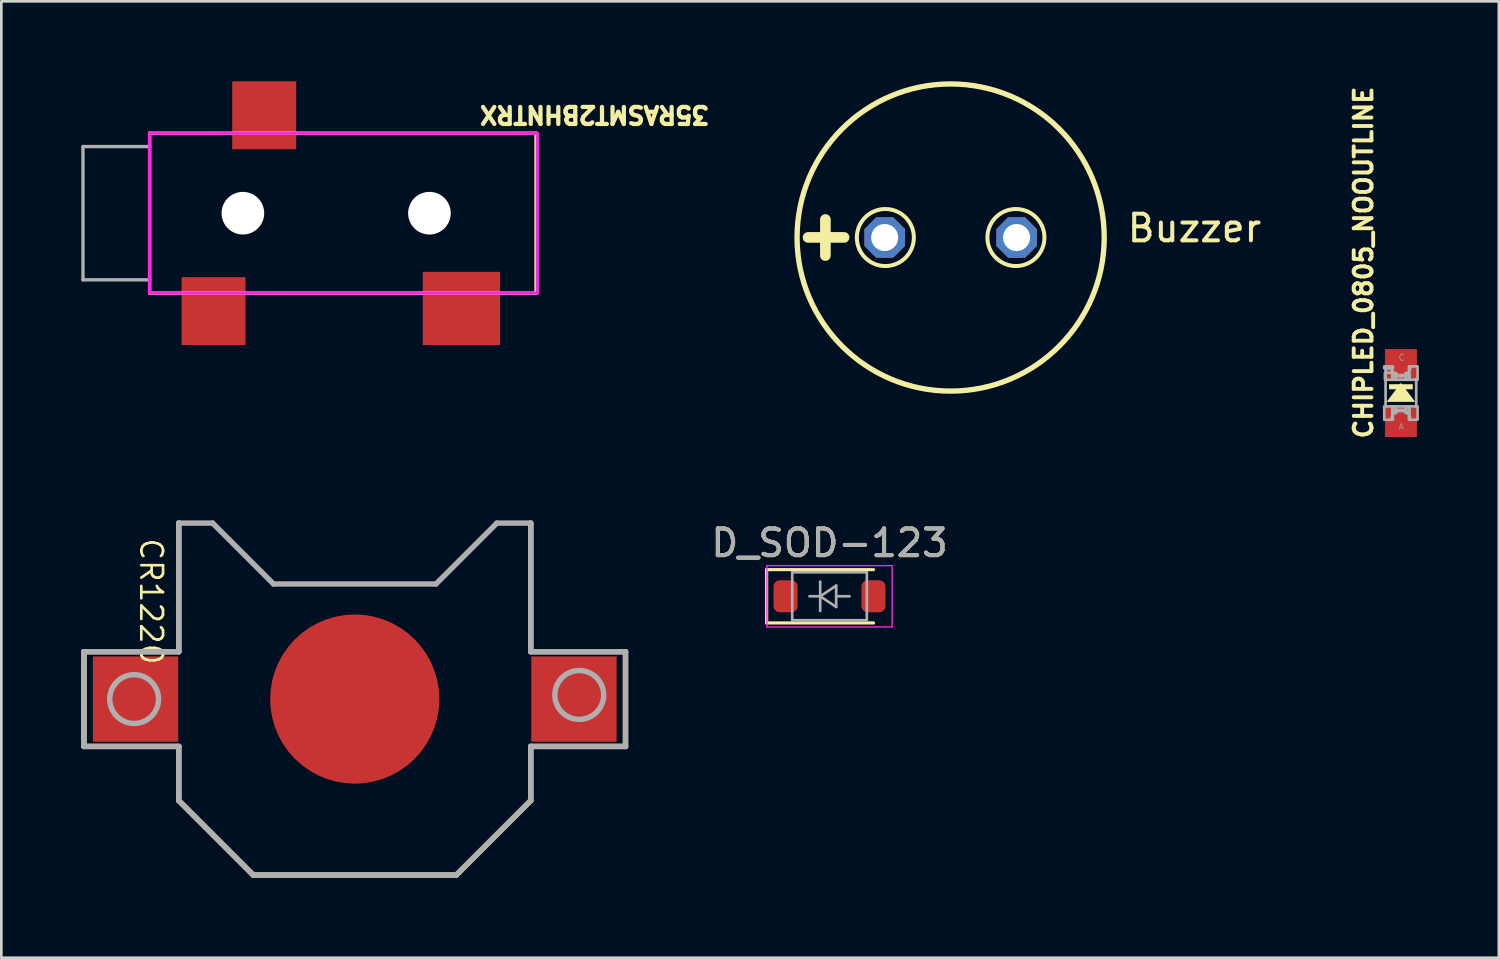
<source format=kicad_pcb>
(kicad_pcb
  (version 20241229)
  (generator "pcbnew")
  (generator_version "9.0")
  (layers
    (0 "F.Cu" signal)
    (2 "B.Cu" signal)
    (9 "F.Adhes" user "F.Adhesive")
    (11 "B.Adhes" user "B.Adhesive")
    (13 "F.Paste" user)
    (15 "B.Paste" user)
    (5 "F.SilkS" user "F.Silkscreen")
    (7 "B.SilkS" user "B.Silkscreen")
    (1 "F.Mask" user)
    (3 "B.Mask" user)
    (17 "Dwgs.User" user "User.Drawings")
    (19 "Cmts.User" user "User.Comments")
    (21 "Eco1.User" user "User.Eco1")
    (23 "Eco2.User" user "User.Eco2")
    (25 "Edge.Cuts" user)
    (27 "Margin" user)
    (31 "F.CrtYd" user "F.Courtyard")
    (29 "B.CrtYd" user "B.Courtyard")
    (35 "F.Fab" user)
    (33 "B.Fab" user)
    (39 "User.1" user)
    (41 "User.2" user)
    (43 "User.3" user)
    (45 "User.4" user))
  (footprint "D_SOD-123"
    (layer "F.Cu")
    (at 28.077 19.325)
    (property "Reference" "D_SOD-123" (at 0 -2 0) (layer "F.SilkS") (effects (font (size 1 1) (thickness 0.15))))
    (attr smd)
    (fp_line (start -2.36 -1) (end -2.36 1) (stroke (width 0.12) (type solid)) (layer "F.SilkS"))
    (fp_line (start -2.36 -1) (end 1.65 -1) (stroke (width 0.12) (type solid)) (layer "F.SilkS"))
    (fp_line (start -2.36 1) (end 1.65 1) (stroke (width 0.12) (type solid)) (layer "F.SilkS"))
    (fp_line (start -2.35 -1.15) (end -2.35 1.15) (stroke (width 0.05) (type solid)) (layer "F.CrtYd"))
    (fp_line (start -2.35 -1.15) (end 2.35 -1.15) (stroke (width 0.05) (type solid)) (layer "F.CrtYd"))
    (fp_line (start 2.35 -1.15) (end 2.35 1.15) (stroke (width 0.05) (type solid)) (layer "F.CrtYd"))
    (fp_line (start 2.35 1.15) (end -2.35 1.15) (stroke (width 0.05) (type solid)) (layer "F.CrtYd"))
    (fp_line (start -1.4 -0.9) (end 1.4 -0.9) (stroke (width 0.1) (type solid)) (layer "F.Fab"))
    (fp_line (start -1.4 0.9) (end -1.4 -0.9) (stroke (width 0.1) (type solid)) (layer "F.Fab"))
    (fp_line (start -0.75 0) (end -0.35 0) (stroke (width 0.1) (type solid)) (layer "F.Fab"))
    (fp_line (start -0.35 0) (end -0.35 -0.55) (stroke (width 0.1) (type solid)) (layer "F.Fab"))
    (fp_line (start -0.35 0) (end -0.35 0.55) (stroke (width 0.1) (type solid)) (layer "F.Fab"))
    (fp_line (start -0.35 0) (end 0.25 -0.4) (stroke (width 0.1) (type solid)) (layer "F.Fab"))
    (fp_line (start 0.25 -0.4) (end 0.25 0.4) (stroke (width 0.1) (type solid)) (layer "F.Fab"))
    (fp_line (start 0.25 0) (end 0.75 0) (stroke (width 0.1) (type solid)) (layer "F.Fab"))
    (fp_line (start 0.25 0.4) (end -0.35 0) (stroke (width 0.1) (type solid)) (layer "F.Fab"))
    (fp_line (start 1.4 -0.9) (end 1.4 0.9) (stroke (width 0.1) (type solid)) (layer "F.Fab"))
    (fp_line (start 1.4 0.9) (end -1.4 0.9) (stroke (width 0.1) (type solid)) (layer "F.Fab"))
    (fp_text user "${REFERENCE}" (at 0 -2 0) (layer "F.Fab") (effects (font (size 1 1) (thickness 0.15))))
    (pad "1" smd roundrect (at -1.65 0) (size 0.9 1.2) (layers "F.Cu" "F.Mask" "F.Paste") (roundrect_rratio 0.25))
    (pad "2" smd roundrect (at 1.65 0) (size 0.9 1.2) (layers "F.Cu" "F.Mask" "F.Paste") (roundrect_rratio 0.25)))
  (footprint "CHIPLED_0805_NOOUTLINE"
    (layer "F.Cu")
    (at 49.518 11.699)
    (property "Reference" "CHIPLED_0805_NOOUTLINE" (at -1.016 1.778 90) (unlocked yes) (layer "F.SilkS") (effects (font (size 0.666 0.666) (thickness 0.146)) (justify left bottom)))
    (fp_poly (pts (xy 0.533 0.33) (xy -0.533 0.33) (xy 0 -0.381)) (stroke (width 0) (type default)) (fill yes) (layer "F.SilkS"))
    (fp_poly (pts (xy -0.445 -0.141) (xy 0.445 -0.141) (xy 0.445 -0.331) (xy -0.445 -0.331)) (stroke (width 0) (type default)) (fill yes) (layer "F.SilkS"))
    (fp_line (start -0.575 0.5) (end -0.575 -0.925) (stroke (width 0.102) (type solid)) (layer "F.Fab"))
    (fp_line (start 0.575 -0.525) (end 0.575 0.525) (stroke (width 0.102) (type solid)) (layer "F.Fab"))
    (fp_arc (start -0.35 0.925) (mid -0.000001 0.625027) (end 0.35 0.924998) (stroke (width 0.1016) (type solid)) (layer "F.Fab"))
    (fp_arc (start 0.35 -0.924998) (mid -0.000001 -0.625027) (end -0.35 -0.925) (stroke (width 0.1016) (type solid)) (layer "F.Fab"))
    (fp_circle (center -0.45 -0.85) (end -0.347 -0.85) (stroke (width 0.076) (type solid)) (fill no) (layer "F.Fab"))
    (fp_poly (pts (xy -0.625 -0.925) (xy -0.3 -0.925) (xy -0.3 -1) (xy -0.625 -1)) (stroke (width 0.1) (type default)) (fill no) (layer "F.Fab"))
    (fp_poly (pts (xy -0.625 1) (xy -0.3 1) (xy -0.3 0.5) (xy -0.625 0.5)) (stroke (width 0.1) (type default)) (fill no) (layer "F.Fab"))
    (fp_poly (pts (xy -0.6 -0.5) (xy -0.3 -0.5) (xy -0.3 -0.762) (xy -0.6 -0.762)) (stroke (width 0.1) (type default)) (fill no) (layer "F.Fab"))
    (fp_poly (pts (xy -0.325 -0.5) (xy -0.175 -0.5) (xy -0.175 -0.75) (xy -0.325 -0.75)) (stroke (width 0.1) (type default)) (fill no) (layer "F.Fab"))
    (fp_poly (pts (xy -0.325 0.75) (xy -0.175 0.75) (xy -0.175 0.5) (xy -0.325 0.5)) (stroke (width 0.1) (type default)) (fill no) (layer "F.Fab"))
    (fp_poly (pts (xy -0.2 -0.5) (xy 0.2 -0.5) (xy 0.2 -0.675) (xy -0.2 -0.675)) (stroke (width 0.1) (type default)) (fill no) (layer "F.Fab"))
    (fp_poly (pts (xy -0.2 0.675) (xy 0.2 0.675) (xy 0.2 0.5) (xy -0.2 0.5)) (stroke (width 0.1) (type default)) (fill no) (layer "F.Fab"))
    (fp_poly (pts (xy 0.175 -0.5) (xy 0.325 -0.5) (xy 0.325 -0.75) (xy 0.175 -0.75)) (stroke (width 0.1) (type default)) (fill no) (layer "F.Fab"))
    (fp_poly (pts (xy 0.175 0.75) (xy 0.325 0.75) (xy 0.325 0.5) (xy 0.175 0.5)) (stroke (width 0.1) (type default)) (fill no) (layer "F.Fab"))
    (fp_poly (pts (xy 0.3 -0.5) (xy 0.625 -0.5) (xy 0.625 -1) (xy 0.3 -1)) (stroke (width 0.1) (type default)) (fill no) (layer "F.Fab"))
    (fp_poly (pts (xy 0.3 1) (xy 0.625 1) (xy 0.625 0.5) (xy 0.3 0.5)) (stroke (width 0.1) (type default)) (fill no) (layer "F.Fab"))
    (fp_text user "C" (at -0.1 -1.2 0) (unlocked yes) (layer "F.Fab") (effects (font (size 0.234 0.234) (thickness 0.02)) (justify left bottom)))
    (fp_text user "A" (at -0.1 1.4 0) (unlocked yes) (layer "F.Fab") (effects (font (size 0.234 0.234) (thickness 0.02)) (justify left bottom)))
    (pad "1" smd rect (at 0 1.05) (size 1.2 1.2) (layers "F.Cu" "F.Mask" "F.Paste"))
    (pad "2" smd rect (at 0 -1.05) (size 1.2 1.2) (layers "F.Cu" "F.Mask" "F.Paste")))
  (footprint "Buzzer"
    (layer "F.Cu")
    (at 32.622 5.863)
    (property "Reference" "Buzzer" (at 9.15 -0.35 0) (unlocked yes) (layer "F.SilkS") (effects (font (size 1 1) (thickness 0.15))))
    (attr through_hole)
    (fp_line (start -4.7 -0.676) (end -4.7 0.676) (stroke (width 0.4) (type solid)) (layer "F.SilkS"))
    (fp_line (start -3.998 -0.004) (end -5.35 -0.004) (stroke (width 0.4) (type solid)) (layer "F.SilkS"))
    (fp_circle (center -2.45 0) (end -3.1 -0.85) (stroke (width 0.15) (type default)) (fill no) (layer "F.SilkS"))
    (fp_circle (center 0 0) (end 5.763 0) (stroke (width 0.2) (type default)) (fill no) (layer "F.SilkS"))
    (fp_circle (center 2.45 0) (end 1.8 -0.85) (stroke (width 0.15) (type default)) (fill no) (layer "F.SilkS"))
    (pad "1" thru_hole roundrect (at -2.475 0) (size 1.524 1.524) (drill 1.016) (layers "*.Cu" "*.Mask") (roundrect_rratio 0.25) (chamfer_ratio 0.293) (chamfer top_left top_right bottom_left bottom_right))
    (pad "2" thru_hole roundrect (at 2.475 0) (size 1.524 1.524) (drill 1.016) (layers "*.Cu" "*.Mask") (roundrect_rratio 0.25) (chamfer_ratio 0.293) (chamfer top_left top_right bottom_left bottom_right)))
  (footprint "CR1220"
    (layer "F.Cu")
    (at 10.262 23.182)
    (property "Reference" "CR1220" (at -8.114 -6.096 270) (unlocked yes) (layer "F.SilkS") (effects (font (size 0.814 0.814) (thickness 0.1)) (justify left bottom)))
    (fp_circle (center 0 0) (end 3.141 0) (stroke (width 6.282) (type solid)) (fill yes) (layer "F.Mask"))
    (fp_line (start -10.16 -1.778) (end -10.16 1.778) (stroke (width 0.203) (type solid)) (layer "F.SilkS"))
    (fp_line (start -10.16 1.778) (end -6.604 1.778) (stroke (width 0.203) (type solid)) (layer "F.SilkS"))
    (fp_line (start -6.604 -6.604) (end -6.604 -1.778) (stroke (width 0.203) (type solid)) (layer "F.SilkS"))
    (fp_line (start -6.604 -1.778) (end -10.16 -1.778) (stroke (width 0.203) (type solid)) (layer "F.SilkS"))
    (fp_line (start -6.604 1.778) (end -6.604 3.81) (stroke (width 0.203) (type solid)) (layer "F.SilkS"))
    (fp_line (start -6.604 3.81) (end -3.81 6.604) (stroke (width 0.203) (type solid)) (layer "F.SilkS"))
    (fp_line (start -3.81 6.604) (end 3.81 6.604) (stroke (width 0.203) (type solid)) (layer "F.SilkS"))
    (fp_line (start 3.81 6.604) (end 6.604 3.81) (stroke (width 0.203) (type solid)) (layer "F.SilkS"))
    (fp_line (start 6.604 -1.778) (end 6.604 -6.604) (stroke (width 0.203) (type solid)) (layer "F.SilkS"))
    (fp_line (start 6.604 1.778) (end 10.16 1.778) (stroke (width 0.203) (type solid)) (layer "F.SilkS"))
    (fp_line (start 6.604 3.81) (end 6.604 1.778) (stroke (width 0.203) (type solid)) (layer "F.SilkS"))
    (fp_line (start 10.16 -1.778) (end 6.604 -1.778) (stroke (width 0.203) (type solid)) (layer "F.SilkS"))
    (fp_line (start 10.16 1.778) (end 10.16 -1.778) (stroke (width 0.203) (type solid)) (layer "F.SilkS"))
    (fp_line (start -10.16 -1.778) (end -10.16 1.778) (stroke (width 0.203) (type solid)) (layer "F.Fab"))
    (fp_line (start -10.16 1.778) (end -6.604 1.778) (stroke (width 0.203) (type solid)) (layer "F.Fab"))
    (fp_line (start -6.604 -6.604) (end -6.604 -1.778) (stroke (width 0.203) (type solid)) (layer "F.Fab"))
    (fp_line (start -6.604 -1.778) (end -10.16 -1.778) (stroke (width 0.203) (type solid)) (layer "F.Fab"))
    (fp_line (start -6.604 1.778) (end -6.604 3.81) (stroke (width 0.203) (type solid)) (layer "F.Fab"))
    (fp_line (start -6.604 3.81) (end -3.81 6.604) (stroke (width 0.203) (type solid)) (layer "F.Fab"))
    (fp_line (start -5.334 -6.604) (end -6.604 -6.604) (stroke (width 0.203) (type solid)) (layer "F.Fab"))
    (fp_line (start -3.81 6.604) (end 3.81 6.604) (stroke (width 0.203) (type solid)) (layer "F.Fab"))
    (fp_line (start -3.048 -4.318) (end -5.334 -6.604) (stroke (width 0.203) (type solid)) (layer "F.Fab"))
    (fp_line (start 3.048 -4.318) (end -3.048 -4.318) (stroke (width 0.203) (type solid)) (layer "F.Fab"))
    (fp_line (start 3.81 6.604) (end 6.604 3.81) (stroke (width 0.203) (type solid)) (layer "F.Fab"))
    (fp_line (start 5.334 -6.604) (end 3.048 -4.318) (stroke (width 0.203) (type solid)) (layer "F.Fab"))
    (fp_line (start 6.604 -6.604) (end 5.334 -6.604) (stroke (width 0.203) (type solid)) (layer "F.Fab"))
    (fp_line (start 6.604 -1.778) (end 6.604 -6.604) (stroke (width 0.203) (type solid)) (layer "F.Fab"))
    (fp_line (start 6.604 1.778) (end 10.16 1.778) (stroke (width 0.203) (type solid)) (layer "F.Fab"))
    (fp_line (start 6.604 3.81) (end 6.604 1.778) (stroke (width 0.203) (type solid)) (layer "F.Fab"))
    (fp_line (start 10.16 -1.778) (end 6.604 -1.778) (stroke (width 0.203) (type solid)) (layer "F.Fab"))
    (fp_line (start 10.16 1.778) (end 10.16 -1.778) (stroke (width 0.203) (type solid)) (layer "F.Fab"))
    (fp_circle (center -8.279 0) (end -7.364 0) (stroke (width 0.203) (type solid)) (fill no) (layer "F.Fab"))
    (fp_circle (center 8.425 -0.154) (end 9.341 -0.154) (stroke (width 0.203) (type solid)) (fill no) (layer "F.Fab"))
    (pad "1" smd rect (at 8.225 0) (size 3.2 3.2) (layers "F.Cu" "F.Mask" "F.Paste"))
    (pad "2" smd rect (at -8.225 0) (size 3.2 3.2) (layers "F.Cu" "F.Mask" "F.Paste"))
    (pad "3" smd roundrect (at 0 0) (size 6.35 6.35) (layers "F.Cu" "F.Mask") (roundrect_rratio 0.5)))
  (footprint "35RASMT2BHNTRX"
    (layer "F.Cu")
    (at 6.064 4.95)
    (property "Reference" "35RASMT2BHNTRX" (at 8.814 -3.327 180) (unlocked yes) (layer "F.SilkS") (effects (font (size 0.638 0.638) (thickness 0.159)) (justify right top)))
    (fp_line (start -3.5 -3) (end -3.5 3) (stroke (width 0.127) (type solid)) (layer "F.SilkS"))
    (fp_line (start -3.5 -3) (end 11 -3) (stroke (width 0.127) (type solid)) (layer "F.SilkS"))
    (fp_line (start 11 -3) (end 11 3) (stroke (width 0.127) (type solid)) (layer "F.SilkS"))
    (fp_line (start 11 3) (end -3.5 3) (stroke (width 0.127) (type solid)) (layer "F.SilkS"))
    (fp_poly (pts (xy -3.5 -3) (xy -3.5 3) (xy 11.05 3) (xy 11.05 -3)) (stroke (width 0.12) (type solid)) (fill no) (layer "F.CrtYd"))
    (fp_line (start -6 -2.5) (end -6 2.5) (stroke (width 0.127) (type solid)) (layer "F.Fab"))
    (fp_line (start -6 2.5) (end -3.5 2.5) (stroke (width 0.127) (type solid)) (layer "F.Fab"))
    (fp_line (start -3.5 -2.5) (end -6 -2.5) (stroke (width 0.127) (type solid)) (layer "F.Fab"))
    (pad "" np_thru_hole circle (at 0 0) (size 1.6 1.6) (drill 1.6) (layers "*.Cu" "*.Mask"))
    (pad "" np_thru_hole circle (at 7 0) (size 1.6 1.6) (drill 1.6) (layers "*.Cu" "*.Mask"))
    (pad "1" smd rect (at 0.8 -3.675 90) (size 2.55 2.4) (layers "F.Cu" "F.Mask" "F.Paste"))
    (pad "4" smd rect (at 8.2 3.575 90) (size 2.75 2.9) (layers "F.Cu" "F.Mask" "F.Paste"))
    (pad "5" smd rect (at -1.1 3.675 90) (size 2.55 2.4) (layers "F.Cu" "F.Mask" "F.Paste")))
  (gr_rect
    (start -3 -3)
    (end 53.193 32.888)
    (stroke (width 0.1) (type default))
    (fill no)
    (layer "Edge.Cuts")))
</source>
